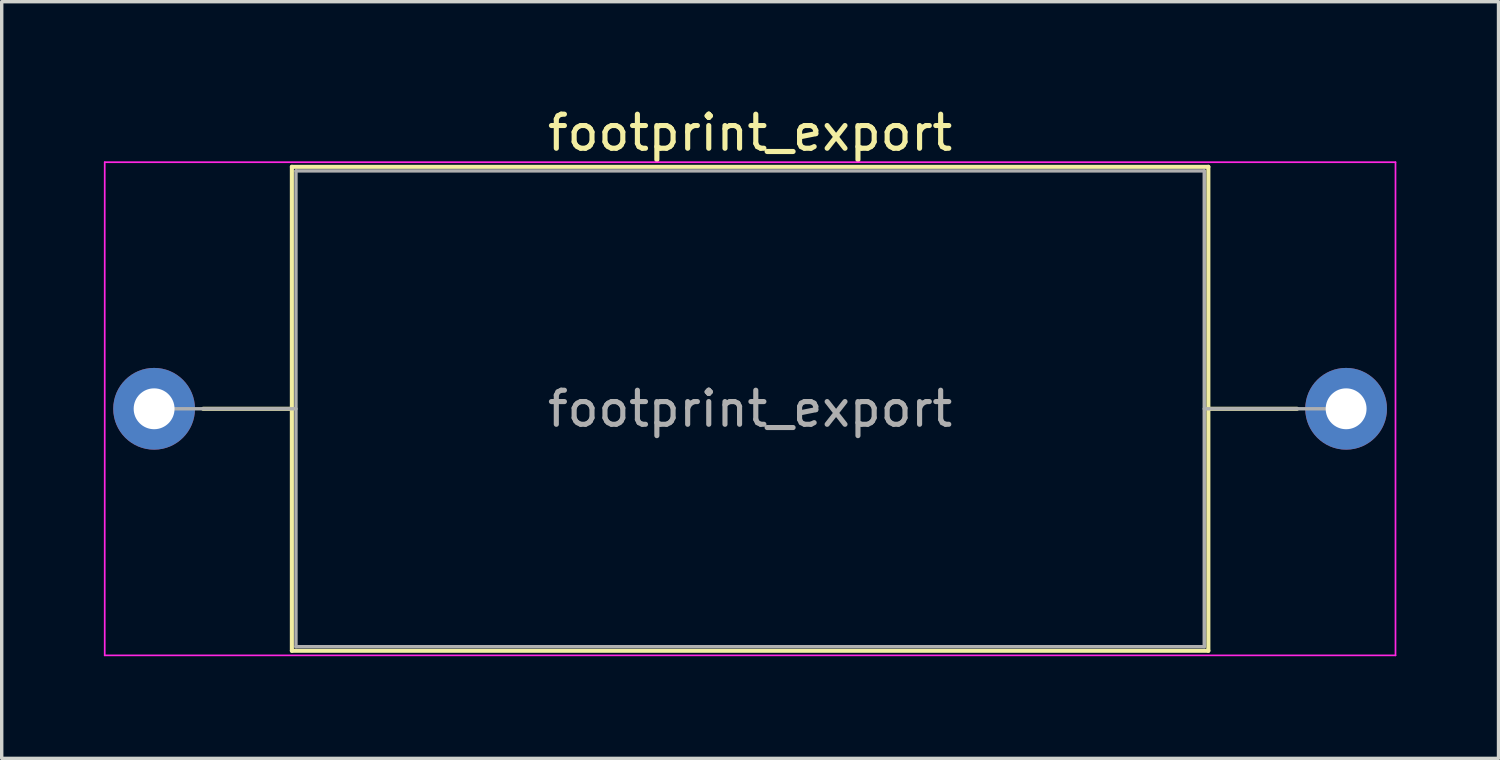
<source format=kicad_pcb>
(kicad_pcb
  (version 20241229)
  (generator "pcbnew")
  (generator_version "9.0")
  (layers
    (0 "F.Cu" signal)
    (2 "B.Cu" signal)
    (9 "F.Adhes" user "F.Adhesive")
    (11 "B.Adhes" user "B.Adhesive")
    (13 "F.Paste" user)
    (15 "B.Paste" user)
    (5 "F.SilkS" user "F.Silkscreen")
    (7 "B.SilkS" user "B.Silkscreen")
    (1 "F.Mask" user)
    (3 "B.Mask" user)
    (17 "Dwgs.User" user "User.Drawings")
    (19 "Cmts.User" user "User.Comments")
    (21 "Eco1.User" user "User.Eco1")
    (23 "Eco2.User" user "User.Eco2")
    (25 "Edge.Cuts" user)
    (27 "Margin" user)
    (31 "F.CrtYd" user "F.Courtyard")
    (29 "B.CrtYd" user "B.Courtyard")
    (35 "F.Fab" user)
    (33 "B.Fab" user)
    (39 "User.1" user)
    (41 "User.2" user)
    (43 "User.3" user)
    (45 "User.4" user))
  (footprint "footprint_export"
    (layer "F.Cu")
    (at 1.475 8.953)
    (property "Reference" "footprint_export" (at 17.5 -8.105 0) (layer "F.SilkS") (effects (font (size 1 1) (thickness 0.15))))
    (attr through_hole)
    (fp_line (start 1.44 0) (end 4.045 0) (stroke (width 0.12) (type solid)) (layer "F.SilkS"))
    (fp_line (start 4.045 -7.105) (end 4.045 7.105) (stroke (width 0.12) (type solid)) (layer "F.SilkS"))
    (fp_line (start 4.045 7.105) (end 30.955 7.105) (stroke (width 0.12) (type solid)) (layer "F.SilkS"))
    (fp_line (start 30.955 -7.105) (end 4.045 -7.105) (stroke (width 0.12) (type solid)) (layer "F.SilkS"))
    (fp_line (start 30.955 7.105) (end 30.955 -7.105) (stroke (width 0.12) (type solid)) (layer "F.SilkS"))
    (fp_line (start 33.56 0) (end 30.955 0) (stroke (width 0.12) (type solid)) (layer "F.SilkS"))
    (fp_line (start -1.45 -7.24) (end -1.45 7.24) (stroke (width 0.05) (type solid)) (layer "F.CrtYd"))
    (fp_line (start -1.45 7.24) (end 36.45 7.24) (stroke (width 0.05) (type solid)) (layer "F.CrtYd"))
    (fp_line (start 36.45 -7.24) (end -1.45 -7.24) (stroke (width 0.05) (type solid)) (layer "F.CrtYd"))
    (fp_line (start 36.45 7.24) (end 36.45 -7.24) (stroke (width 0.05) (type solid)) (layer "F.CrtYd"))
    (fp_line (start 0 0) (end 4.165 0) (stroke (width 0.1) (type solid)) (layer "F.Fab"))
    (fp_line (start 4.165 -6.985) (end 4.165 6.985) (stroke (width 0.1) (type solid)) (layer "F.Fab"))
    (fp_line (start 4.165 6.985) (end 30.835 6.985) (stroke (width 0.1) (type solid)) (layer "F.Fab"))
    (fp_line (start 30.835 -6.985) (end 4.165 -6.985) (stroke (width 0.1) (type solid)) (layer "F.Fab"))
    (fp_line (start 30.835 6.985) (end 30.835 -6.985) (stroke (width 0.1) (type solid)) (layer "F.Fab"))
    (fp_line (start 35 0) (end 30.835 0) (stroke (width 0.1) (type solid)) (layer "F.Fab"))
    (fp_text user "${REFERENCE}" (at 17.5 0 0) (layer "F.Fab") (effects (font (size 1 1) (thickness 0.15))))
    (pad "1" thru_hole circle (at 0 0) (size 2.4 2.4) (drill 1.2) (layers "*.Cu" "*.Mask"))
    (pad "2" thru_hole oval (at 35 0) (size 2.4 2.4) (drill 1.2) (layers "*.Cu" "*.Mask")))
  (gr_rect
    (start -3 -3)
    (end 40.95 19.218)
    (stroke (width 0.1) (type default))
    (fill no)
    (layer "Edge.Cuts")))
</source>
